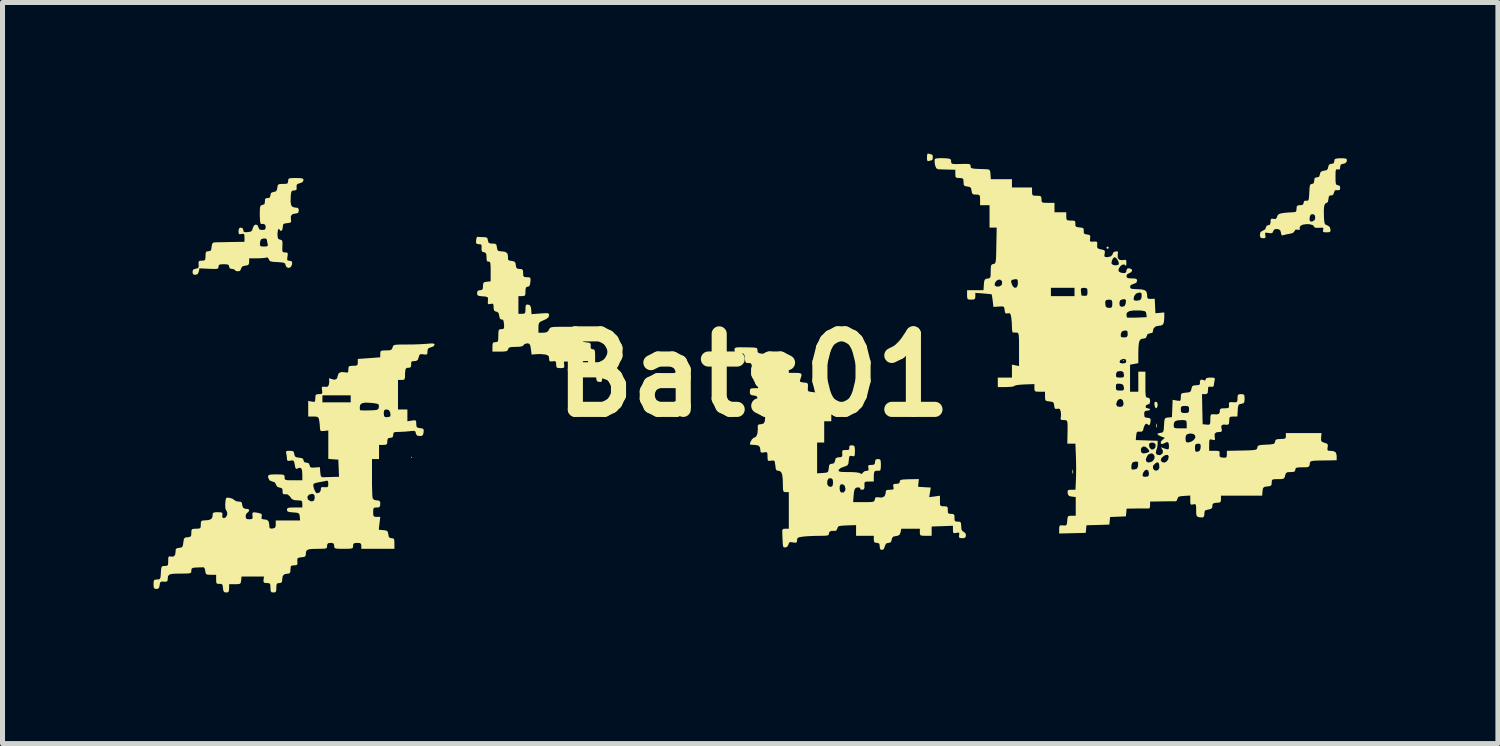
<source format=kicad_pcb>
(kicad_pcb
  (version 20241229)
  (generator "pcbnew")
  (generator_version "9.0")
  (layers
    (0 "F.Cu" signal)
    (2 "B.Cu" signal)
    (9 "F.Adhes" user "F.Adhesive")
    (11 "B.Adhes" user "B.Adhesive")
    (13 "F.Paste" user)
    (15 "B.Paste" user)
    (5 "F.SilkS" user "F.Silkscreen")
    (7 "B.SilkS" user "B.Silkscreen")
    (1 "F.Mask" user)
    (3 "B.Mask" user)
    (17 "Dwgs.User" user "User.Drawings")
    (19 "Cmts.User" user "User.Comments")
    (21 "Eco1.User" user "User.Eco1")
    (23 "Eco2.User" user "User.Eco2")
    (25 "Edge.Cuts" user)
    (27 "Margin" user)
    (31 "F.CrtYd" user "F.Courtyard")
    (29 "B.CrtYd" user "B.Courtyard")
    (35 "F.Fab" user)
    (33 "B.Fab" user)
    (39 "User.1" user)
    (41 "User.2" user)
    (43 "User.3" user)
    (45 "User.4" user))
  (footprint "Bats01"
    (layer "F.Cu")
    (at 11.914 4.403)
    (property "Reference" "Bats01" (at 0 0 0) (layer "F.SilkS") (effects (font (size 1.5 1.5) (thickness 0.3))))
    (attr board_only exclude_from_pos_files exclude_from_bom)
    (fp_poly (pts (xy -6.778 1.63) (xy -6.79 1.642) (xy -6.801 1.63) (xy -6.79 1.618)) (stroke (width 0) (type solid)) (fill yes) (layer "F.SilkS"))
    (fp_poly (pts (xy 7.364 -0.293) (xy 7.353 -0.281) (xy 7.341 -0.293) (xy 7.353 -0.305)) (stroke (width 0) (type solid)) (fill yes) (layer "F.SilkS"))
    (fp_poly (pts (xy 6.348 1.879) (xy 6.349 1.883) (xy 6.352 1.934) (xy 6.348 1.953) (xy 6.34 1.954) (xy 6.337 1.917) (xy 6.337 1.911) (xy 6.34 1.875)) (stroke (width 0) (type solid)) (fill yes) (layer "F.SilkS"))
    (fp_poly (pts (xy 7.059 -2.539) (xy 7.059 -2.533) (xy 7.042 -2.51) (xy 7.036 -2.51) (xy 7.013 -2.527) (xy 7.013 -2.533) (xy 7.03 -2.556) (xy 7.036 -2.556)) (stroke (width 0) (type solid)) (fill yes) (layer "F.SilkS"))
    (fp_poly (pts (xy 8.013 0.964) (xy 8.014 0.968) (xy 8.017 1.019) (xy 8.013 1.038) (xy 8.005 1.039) (xy 8.002 1.002) (xy 8.002 0.997) (xy 8.006 0.96)) (stroke (width 0) (type solid)) (fill yes) (layer "F.SilkS"))
    (fp_poly (pts (xy 8.015 0.536) (xy 8.03 0.566) (xy 8.028 0.611) (xy 8.013 0.648) (xy 7.998 0.657) (xy 7.98 0.637) (xy 7.968 0.598) (xy 7.967 0.542) (xy 7.989 0.525)) (stroke (width 0) (type solid)) (fill yes) (layer "F.SilkS"))
    (fp_poly (pts (xy 3.485 -4.4) (xy 3.529 -4.387) (xy 3.543 -4.386) (xy 3.56 -4.366) (xy 3.565 -4.327) (xy 3.558 -4.283) (xy 3.543 -4.269) (xy 3.504 -4.261) (xy 3.485 -4.254) (xy 3.46 -4.254) (xy 3.449 -4.285) (xy 3.448 -4.327) (xy 3.452 -4.384) (xy 3.466 -4.403)) (stroke (width 0) (type solid)) (fill yes) (layer "F.SilkS"))
    (fp_poly (pts (xy 11.725 -4.309) (xy 11.773 -4.301) (xy 11.784 -4.294) (xy 11.789 -4.25) (xy 11.76 -4.213) (xy 11.712 -4.198) (xy 11.67 -4.188) (xy 11.657 -4.15) (xy 11.656 -4.137) (xy 11.65 -4.093) (xy 11.623 -4.085) (xy 11.609 -4.088) (xy 11.585 -4.091) (xy 11.571 -4.077) (xy 11.564 -4.037) (xy 11.563 -3.961) (xy 11.563 -3.938) (xy 11.564 -3.852) (xy 11.57 -3.804) (xy 11.583 -3.782) (xy 11.607 -3.776) (xy 11.609 -3.776) (xy 11.647 -3.761) (xy 11.656 -3.721) (xy 11.648 -3.681) (xy 11.616 -3.674) (xy 11.6 -3.676) (xy 11.555 -3.675) (xy 11.537 -3.642) (xy 11.535 -3.632) (xy 11.518 -3.588) (xy 11.498 -3.574) (xy 11.452 -3.569) (xy 11.445 -3.568) (xy 11.429 -3.545) (xy 11.422 -3.495) (xy 11.422 -3.495) (xy 11.411 -3.439) (xy 11.387 -3.424) (xy 11.357 -3.408) (xy 11.338 -3.359) (xy 11.331 -3.27) (xy 11.333 -3.155) (xy 11.338 -3.069) (xy 11.346 -3.018) (xy 11.362 -2.993) (xy 11.39 -2.981) (xy 11.396 -2.979) (xy 11.445 -2.949) (xy 11.462 -2.902) (xy 11.463 -2.859) (xy 11.443 -2.842) (xy 11.39 -2.838) (xy 11.386 -2.838) (xy 11.331 -2.841) (xy 11.312 -2.856) (xy 11.317 -2.887) (xy 11.323 -2.918) (xy 11.306 -2.931) (xy 11.257 -2.93) (xy 11.237 -2.928) (xy 11.168 -2.928) (xy 11.141 -2.943) (xy 11.14 -2.946) (xy 11.119 -2.979) (xy 11.057 -2.998) (xy 10.996 -3.002) (xy 10.917 -2.992) (xy 10.865 -2.965) (xy 10.849 -2.927) (xy 10.852 -2.916) (xy 10.855 -2.889) (xy 10.825 -2.888) (xy 10.813 -2.891) (xy 10.768 -2.892) (xy 10.749 -2.862) (xy 10.717 -2.826) (xy 10.652 -2.809) (xy 10.583 -2.797) (xy 10.53 -2.783) (xy 10.526 -2.781) (xy 10.497 -2.778) (xy 10.482 -2.811) (xy 10.48 -2.83) (xy 10.464 -2.881) (xy 10.422 -2.902) (xy 10.406 -2.904) (xy 10.354 -2.901) (xy 10.329 -2.87) (xy 10.326 -2.861) (xy 10.31 -2.828) (xy 10.277 -2.819) (xy 10.233 -2.825) (xy 10.181 -2.833) (xy 10.163 -2.822) (xy 10.168 -2.786) (xy 10.169 -2.78) (xy 10.174 -2.737) (xy 10.15 -2.722) (xy 10.123 -2.721) (xy 10.079 -2.728) (xy 10.063 -2.76) (xy 10.061 -2.788) (xy 10.072 -2.842) (xy 10.11 -2.868) (xy 10.12 -2.871) (xy 10.169 -2.9) (xy 10.179 -2.932) (xy 10.196 -2.971) (xy 10.226 -2.979) (xy 10.26 -2.99) (xy 10.272 -3.03) (xy 10.273 -3.049) (xy 10.277 -3.098) (xy 10.298 -3.111) (xy 10.33 -3.106) (xy 10.376 -3.103) (xy 10.384 -3.115) (xy 11.047 -3.115) (xy 11.052 -3.066) (xy 11.076 -3.052) (xy 11.099 -3.053) (xy 11.146 -3.079) (xy 11.16 -3.117) (xy 11.155 -3.167) (xy 11.139 -3.191) (xy 11.091 -3.201) (xy 11.058 -3.171) (xy 11.047 -3.115) (xy 10.384 -3.115) (xy 10.398 -3.134) (xy 10.402 -3.149) (xy 10.42 -3.187) (xy 10.458 -3.209) (xy 10.524 -3.222) (xy 10.61 -3.231) (xy 10.692 -3.236) (xy 10.71 -3.237) (xy 10.763 -3.241) (xy 10.785 -3.263) (xy 10.789 -3.307) (xy 10.794 -3.357) (xy 10.822 -3.375) (xy 10.859 -3.377) (xy 10.91 -3.384) (xy 10.928 -3.412) (xy 10.929 -3.426) (xy 10.941 -3.462) (xy 10.982 -3.467) (xy 10.982 -3.467) (xy 11.009 -3.466) (xy 11.026 -3.479) (xy 11.035 -3.517) (xy 11.04 -3.587) (xy 11.042 -3.629) (xy 11.047 -3.718) (xy 11.055 -3.769) (xy 11.069 -3.793) (xy 11.092 -3.799) (xy 11.094 -3.799) (xy 11.129 -3.812) (xy 11.14 -3.856) (xy 11.14 -3.866) (xy 11.148 -3.914) (xy 11.177 -3.93) (xy 11.193 -3.93) (xy 11.235 -3.941) (xy 11.252 -3.984) (xy 11.253 -3.992) (xy 11.267 -4.037) (xy 11.305 -4.058) (xy 11.335 -4.062) (xy 11.389 -4.074) (xy 11.413 -4.107) (xy 11.417 -4.134) (xy 11.433 -4.182) (xy 11.471 -4.198) (xy 11.482 -4.198) (xy 11.526 -4.209) (xy 11.539 -4.249) (xy 11.539 -4.252) (xy 11.544 -4.284) (xy 11.568 -4.301) (xy 11.621 -4.308) (xy 11.655 -4.31)) (stroke (width 0) (type solid)) (fill yes) (layer "F.SilkS"))
    (fp_poly (pts (xy -9.005 -3.915) (xy -8.959 -3.908) (xy -8.939 -3.893) (xy -8.936 -3.873) (xy -8.955 -3.835) (xy -9.008 -3.814) (xy -9.058 -3.798) (xy -9.074 -3.768) (xy -9.072 -3.735) (xy -9.073 -3.688) (xy -9.099 -3.672) (xy -9.123 -3.67) (xy -9.159 -3.665) (xy -9.177 -3.644) (xy -9.186 -3.594) (xy -9.189 -3.554) (xy -9.192 -3.448) (xy -9.181 -3.379) (xy -9.154 -3.343) (xy -9.108 -3.331) (xy -9.099 -3.33) (xy -9.049 -3.324) (xy -9.031 -3.297) (xy -9.03 -3.272) (xy -9.04 -3.226) (xy -9.078 -3.213) (xy -9.082 -3.213) (xy -9.154 -3.2) (xy -9.187 -3.161) (xy -9.186 -3.1) (xy -9.18 -3.053) (xy -9.196 -3.031) (xy -9.244 -3.022) (xy -9.259 -3.021) (xy -9.317 -3.012) (xy -9.341 -2.991) (xy -9.347 -2.945) (xy -9.347 -2.945) (xy -9.356 -2.893) (xy -9.376 -2.867) (xy -9.402 -2.873) (xy -9.405 -2.883) (xy -9.422 -2.907) (xy -9.428 -2.908) (xy -9.442 -2.887) (xy -9.451 -2.834) (xy -9.452 -2.804) (xy -9.448 -2.738) (xy -9.434 -2.706) (xy -9.403 -2.693) (xy -9.4 -2.693) (xy -9.37 -2.684) (xy -9.356 -2.66) (xy -9.353 -2.609) (xy -9.355 -2.562) (xy -9.357 -2.491) (xy -9.351 -2.454) (xy -9.331 -2.441) (xy -9.3 -2.439) (xy -9.26 -2.435) (xy -9.247 -2.414) (xy -9.253 -2.362) (xy -9.254 -2.357) (xy -9.261 -2.302) (xy -9.25 -2.279) (xy -9.224 -2.275) (xy -9.175 -2.267) (xy -9.16 -2.236) (xy -9.165 -2.192) (xy -9.19 -2.147) (xy -9.231 -2.131) (xy -9.271 -2.145) (xy -9.292 -2.187) (xy -9.3 -2.216) (xy -9.323 -2.232) (xy -9.37 -2.241) (xy -9.453 -2.247) (xy -9.455 -2.247) (xy -9.54 -2.252) (xy -9.59 -2.262) (xy -9.614 -2.28) (xy -9.624 -2.302) (xy -9.646 -2.338) (xy -9.675 -2.337) (xy -9.718 -2.329) (xy -9.791 -2.324) (xy -9.864 -2.322) (xy -10.015 -2.322) (xy -10.015 -2.253) (xy -10.021 -2.205) (xy -10.049 -2.183) (xy -10.091 -2.177) (xy -10.148 -2.163) (xy -10.172 -2.129) (xy -10.175 -2.117) (xy -10.195 -2.074) (xy -10.239 -2.064) (xy -10.282 -2.072) (xy -10.296 -2.087) (xy -10.316 -2.105) (xy -10.355 -2.111) (xy -10.401 -2.122) (xy -10.413 -2.158) (xy -10.42 -2.187) (xy -10.449 -2.201) (xy -10.511 -2.205) (xy -10.519 -2.205) (xy -10.585 -2.202) (xy -10.616 -2.189) (xy -10.624 -2.161) (xy -10.624 -2.155) (xy -10.627 -2.131) (xy -10.642 -2.117) (xy -10.679 -2.111) (xy -10.747 -2.112) (xy -10.814 -2.114) (xy -11.003 -2.123) (xy -11.016 -2.058) (xy -11.037 -2.009) (xy -11.08 -1.994) (xy -11.085 -1.994) (xy -11.128 -2.004) (xy -11.14 -2.045) (xy -11.14 -2.051) (xy -11.13 -2.095) (xy -11.089 -2.113) (xy -11.076 -2.115) (xy -11.032 -2.126) (xy -11.017 -2.154) (xy -11.019 -2.199) (xy -11.02 -2.251) (xy -11.001 -2.272) (xy -10.954 -2.275) (xy -10.908 -2.279) (xy -10.888 -2.298) (xy -10.882 -2.347) (xy -10.882 -2.369) (xy -10.879 -2.429) (xy -10.864 -2.456) (xy -10.829 -2.463) (xy -10.825 -2.463) (xy -10.786 -2.469) (xy -10.768 -2.499) (xy -10.761 -2.55) (xy -10.755 -2.582) (xy -9.801 -2.582) (xy -9.784 -2.561) (xy -9.735 -2.556) (xy -9.72 -2.556) (xy -9.664 -2.559) (xy -9.644 -2.574) (xy -9.648 -2.608) (xy -9.648 -2.609) (xy -9.66 -2.665) (xy -9.662 -2.693) (xy -9.683 -2.715) (xy -9.727 -2.716) (xy -9.774 -2.703) (xy -9.794 -2.666) (xy -9.799 -2.633) (xy -9.801 -2.582) (xy -10.755 -2.582) (xy -10.751 -2.608) (xy -10.729 -2.634) (xy -10.695 -2.639) (xy -10.648 -2.641) (xy -10.566 -2.642) (xy -10.463 -2.644) (xy -10.372 -2.646) (xy -10.108 -2.65) (xy -10.108 -2.735) (xy -10.111 -2.79) (xy -10.126 -2.81) (xy -10.163 -2.806) (xy -10.167 -2.805) (xy -10.208 -2.8) (xy -10.224 -2.821) (xy -10.226 -2.861) (xy -10.218 -2.913) (xy -10.191 -2.931) (xy -10.179 -2.932) (xy -10.14 -2.915) (xy -10.132 -2.883) (xy -10.125 -2.852) (xy -10.096 -2.841) (xy -10.044 -2.842) (xy -9.985 -2.852) (xy -9.956 -2.877) (xy -9.944 -2.92) (xy -9.921 -2.972) (xy -9.886 -2.993) (xy -9.851 -2.981) (xy -9.831 -2.938) (xy -9.814 -2.898) (xy -9.769 -2.885) (xy -9.755 -2.885) (xy -9.705 -2.891) (xy -9.688 -2.92) (xy -9.686 -2.943) (xy -9.697 -2.99) (xy -9.735 -3.006) (xy -9.774 -3.004) (xy -9.79 -3.017) (xy -9.799 -3.063) (xy -9.803 -3.15) (xy -9.804 -3.187) (xy -9.803 -3.28) (xy -9.798 -3.337) (xy -9.787 -3.366) (xy -9.768 -3.378) (xy -9.751 -3.382) (xy -9.712 -3.398) (xy -9.702 -3.441) (xy -9.702 -3.454) (xy -9.699 -3.501) (xy -9.67 -3.517) (xy -9.65 -3.518) (xy -9.606 -3.528) (xy -9.593 -3.568) (xy -9.592 -3.575) (xy -9.582 -3.619) (xy -9.541 -3.638) (xy -9.528 -3.64) (xy -9.482 -3.653) (xy -9.461 -3.69) (xy -9.456 -3.723) (xy -9.448 -3.77) (xy -9.429 -3.793) (xy -9.382 -3.799) (xy -9.345 -3.799) (xy -9.28 -3.802) (xy -9.25 -3.814) (xy -9.241 -3.843) (xy -9.241 -3.858) (xy -9.238 -3.89) (xy -9.223 -3.907) (xy -9.185 -3.915) (xy -9.113 -3.917) (xy -9.088 -3.917)) (stroke (width 0) (type solid)) (fill yes) (layer "F.SilkS"))
    (fp_poly (pts (xy -5.482 -2.75) (xy -5.449 -2.746) (xy -5.389 -2.744) (xy -5.372 -2.744) (xy -5.312 -2.74) (xy -5.284 -2.723) (xy -5.273 -2.683) (xy -5.273 -2.68) (xy -5.262 -2.636) (xy -5.232 -2.618) (xy -5.183 -2.615) (xy -5.127 -2.611) (xy -5.103 -2.589) (xy -5.094 -2.539) (xy -5.083 -2.486) (xy -5.056 -2.465) (xy -5.012 -2.462) (xy -4.929 -2.451) (xy -4.884 -2.417) (xy -4.873 -2.356) (xy -4.874 -2.348) (xy -4.874 -2.3) (xy -4.852 -2.279) (xy -4.804 -2.271) (xy -4.749 -2.26) (xy -4.726 -2.23) (xy -4.719 -2.187) (xy -4.708 -2.134) (xy -4.681 -2.114) (xy -4.642 -2.111) (xy -4.596 -2.106) (xy -4.577 -2.082) (xy -4.573 -2.029) (xy -4.57 -1.974) (xy -4.549 -1.951) (xy -4.499 -1.947) (xy -4.497 -1.947) (xy -4.448 -1.944) (xy -4.427 -1.927) (xy -4.426 -1.882) (xy -4.429 -1.853) (xy -4.44 -1.79) (xy -4.461 -1.763) (xy -4.482 -1.759) (xy -4.511 -1.75) (xy -4.524 -1.716) (xy -4.527 -1.665) (xy -4.529 -1.605) (xy -4.544 -1.578) (xy -4.582 -1.572) (xy -4.597 -1.571) (xy -4.667 -1.571) (xy -4.667 -1.395) (xy -4.667 -1.22) (xy -4.597 -1.22) (xy -4.552 -1.223) (xy -4.532 -1.243) (xy -4.527 -1.292) (xy -4.527 -1.315) (xy -4.524 -1.376) (xy -4.51 -1.401) (xy -4.479 -1.404) (xy -4.474 -1.403) (xy -4.437 -1.389) (xy -4.419 -1.35) (xy -4.413 -1.304) (xy -4.406 -1.213) (xy -4.232 -1.226) (xy -4.143 -1.232) (xy -4.091 -1.232) (xy -4.066 -1.223) (xy -4.058 -1.204) (xy -4.058 -1.188) (xy -4.07 -1.15) (xy -4.115 -1.116) (xy -4.163 -1.094) (xy -4.226 -1.066) (xy -4.257 -1.038) (xy -4.268 -0.995) (xy -4.269 -0.948) (xy -4.269 -0.844) (xy -4.178 -0.844) (xy -4.114 -0.851) (xy -4.077 -0.876) (xy -4.062 -0.903) (xy -4.047 -0.93) (xy -4.027 -0.947) (xy -3.992 -0.956) (xy -3.932 -0.96) (xy -3.837 -0.962) (xy -3.8 -0.962) (xy -3.565 -0.962) (xy -3.565 -0.891) (xy -3.56 -0.844) (xy -3.537 -0.825) (xy -3.483 -0.821) (xy -3.428 -0.817) (xy -3.405 -0.797) (xy -3.401 -0.746) (xy -3.401 -0.74) (xy -3.397 -0.687) (xy -3.376 -0.663) (xy -3.325 -0.653) (xy -3.313 -0.652) (xy -3.255 -0.644) (xy -3.232 -0.625) (xy -3.231 -0.584) (xy -3.232 -0.58) (xy -3.229 -0.533) (xy -3.203 -0.517) (xy -3.191 -0.516) (xy -3.167 -0.512) (xy -3.152 -0.495) (xy -3.145 -0.453) (xy -3.143 -0.379) (xy -3.143 -0.331) (xy -3.143 -0.147) (xy -3.072 -0.133) (xy -3.032 -0.122) (xy -3.011 -0.101) (xy -3.003 -0.058) (xy -3.002 0.01) (xy -3.004 0.083) (xy -3.012 0.121) (xy -3.031 0.134) (xy -3.051 0.134) (xy -3.094 0.125) (xy -3.108 0.117) (xy -3.116 0.087) (xy -3.126 0.027) (xy -3.133 -0.019) (xy -3.144 -0.09) (xy -3.159 -0.126) (xy -3.185 -0.139) (xy -3.216 -0.141) (xy -3.264 -0.147) (xy -3.281 -0.175) (xy -3.283 -0.212) (xy -3.283 -0.283) (xy -3.524 -0.276) (xy -3.764 -0.27) (xy -3.757 -0.205) (xy -3.756 -0.162) (xy -3.776 -0.144) (xy -3.83 -0.141) (xy -3.833 -0.141) (xy -3.889 -0.144) (xy -3.912 -0.164) (xy -3.917 -0.211) (xy -3.917 -0.214) (xy -3.921 -0.264) (xy -3.943 -0.28) (xy -3.987 -0.276) (xy -4.036 -0.274) (xy -4.055 -0.294) (xy -4.057 -0.331) (xy -4.064 -0.377) (xy -4.095 -0.401) (xy -4.139 -0.412) (xy -4.22 -0.42) (xy -4.307 -0.419) (xy -4.313 -0.418) (xy -4.405 -0.41) (xy -4.419 -0.521) (xy -4.431 -0.589) (xy -4.448 -0.622) (xy -4.478 -0.633) (xy -4.493 -0.633) (xy -4.542 -0.621) (xy -4.565 -0.598) (xy -4.588 -0.577) (xy -4.643 -0.566) (xy -4.719 -0.563) (xy -4.799 -0.561) (xy -4.844 -0.552) (xy -4.865 -0.533) (xy -4.872 -0.516) (xy -4.884 -0.49) (xy -4.913 -0.476) (xy -4.969 -0.47) (xy -5.033 -0.469) (xy -5.183 -0.469) (xy -5.183 -0.563) (xy -5.18 -0.623) (xy -5.165 -0.65) (xy -5.13 -0.657) (xy -5.125 -0.657) (xy -5.091 -0.66) (xy -5.073 -0.678) (xy -5.067 -0.721) (xy -5.066 -0.786) (xy -5.064 -0.86) (xy -5.056 -0.898) (xy -5.037 -0.913) (xy -5.006 -0.915) (xy -4.969 -0.919) (xy -4.953 -0.939) (xy -4.951 -0.988) (xy -4.953 -1.014) (xy -4.962 -1.078) (xy -4.979 -1.106) (xy -5 -1.107) (xy -5.03 -1.116) (xy -5.045 -1.161) (xy -5.047 -1.178) (xy -5.061 -1.235) (xy -5.093 -1.26) (xy -5.107 -1.262) (xy -5.144 -1.277) (xy -5.158 -1.315) (xy -5.16 -1.351) (xy -5.163 -1.404) (xy -5.179 -1.422) (xy -5.22 -1.416) (xy -5.22 -1.416) (xy -5.261 -1.41) (xy -5.275 -1.427) (xy -5.273 -1.478) (xy -5.273 -1.48) (xy -5.27 -1.528) (xy -5.283 -1.552) (xy -5.321 -1.563) (xy -5.377 -1.567) (xy -5.444 -1.574) (xy -5.477 -1.587) (xy -5.488 -1.615) (xy -5.488 -1.631) (xy -5.478 -1.675) (xy -5.439 -1.688) (xy -5.429 -1.689) (xy -5.39 -1.695) (xy -5.373 -1.723) (xy -5.371 -1.769) (xy -5.366 -1.824) (xy -5.343 -1.849) (xy -5.295 -1.857) (xy -5.218 -1.865) (xy -5.218 -2.064) (xy -5.219 -2.161) (xy -5.224 -2.22) (xy -5.233 -2.249) (xy -5.249 -2.257) (xy -5.259 -2.256) (xy -5.286 -2.261) (xy -5.298 -2.292) (xy -5.3 -2.343) (xy -5.305 -2.405) (xy -5.322 -2.434) (xy -5.353 -2.443) (xy -5.389 -2.456) (xy -5.4 -2.491) (xy -5.399 -2.527) (xy -5.398 -2.579) (xy -5.416 -2.6) (xy -5.453 -2.603) (xy -5.495 -2.609) (xy -5.509 -2.634) (xy -5.507 -2.68) (xy -5.498 -2.73) (xy -5.484 -2.75)) (stroke (width 0) (type solid)) (fill yes) (layer "F.SilkS"))
    (fp_poly (pts (xy -0.182 -0.554) (xy -0.147 -0.554) (xy -0.042 -0.552) (xy 0.024 -0.549) (xy 0.061 -0.541) (xy 0.077 -0.527) (xy 0.081 -0.504) (xy 0.082 -0.493) (xy 0.085 -0.461) (xy 0.102 -0.442) (xy 0.144 -0.431) (xy 0.22 -0.423) (xy 0.233 -0.422) (xy 0.385 -0.41) (xy 0.386 -0.328) (xy 0.387 -0.246) (xy 0.545 -0.239) (xy 0.704 -0.232) (xy 0.704 -0.14) (xy 0.704 -0.047) (xy 0.835 -0.047) (xy 0.911 -0.044) (xy 0.95 -0.031) (xy 0.957 0.004) (xy 0.937 0.069) (xy 0.925 0.102) (xy 0.926 0.127) (xy 0.961 0.14) (xy 1.001 0.145) (xy 1.059 0.152) (xy 1.083 0.171) (xy 1.085 0.216) (xy 1.083 0.239) (xy 1.081 0.295) (xy 1.096 0.321) (xy 1.142 0.331) (xy 1.164 0.333) (xy 1.223 0.341) (xy 1.248 0.362) (xy 1.254 0.406) (xy 1.254 0.409) (xy 1.261 0.459) (xy 1.289 0.477) (xy 1.325 0.48) (xy 1.377 0.488) (xy 1.398 0.519) (xy 1.403 0.545) (xy 1.416 0.592) (xy 1.452 0.609) (xy 1.479 0.61) (xy 1.548 0.61) (xy 1.548 0.762) (xy 1.548 0.915) (xy 1.478 0.915) (xy 1.407 0.915) (xy 1.407 1.126) (xy 1.407 1.337) (xy 1.337 1.337) (xy 1.266 1.337) (xy 1.266 1.643) (xy 1.266 1.949) (xy 1.378 1.942) (xy 1.445 1.936) (xy 1.479 1.922) (xy 1.492 1.889) (xy 1.497 1.847) (xy 1.506 1.788) (xy 1.527 1.763) (xy 1.56 1.759) (xy 1.603 1.748) (xy 1.621 1.705) (xy 1.623 1.695) (xy 1.636 1.649) (xy 1.672 1.632) (xy 1.7 1.631) (xy 1.749 1.625) (xy 1.766 1.601) (xy 1.765 1.556) (xy 1.765 1.506) (xy 1.786 1.487) (xy 1.835 1.486) (xy 1.887 1.484) (xy 1.905 1.465) (xy 1.905 1.439) (xy 1.908 1.402) (xy 1.942 1.392) (xy 1.957 1.392) (xy 1.993 1.398) (xy 2.011 1.42) (xy 2.017 1.47) (xy 2.017 1.507) (xy 2.015 1.574) (xy 2.006 1.605) (xy 1.984 1.61) (xy 1.96 1.605) (xy 1.924 1.6) (xy 1.906 1.616) (xy 1.898 1.664) (xy 1.895 1.692) (xy 1.887 1.756) (xy 1.867 1.79) (xy 1.822 1.811) (xy 1.794 1.819) (xy 1.73 1.845) (xy 1.695 1.877) (xy 1.693 1.884) (xy 1.695 1.903) (xy 1.715 1.915) (xy 1.761 1.921) (xy 1.842 1.923) (xy 1.893 1.923) (xy 2.004 1.926) (xy 2.085 1.935) (xy 2.127 1.949) (xy 2.129 1.951) (xy 2.155 1.963) (xy 2.171 1.939) (xy 2.204 1.908) (xy 2.243 1.9) (xy 2.283 1.893) (xy 2.289 1.864) (xy 2.285 1.841) (xy 2.279 1.8) (xy 2.3 1.785) (xy 2.343 1.782) (xy 2.394 1.777) (xy 2.414 1.752) (xy 2.416 1.724) (xy 2.425 1.679) (xy 2.464 1.665) (xy 2.474 1.665) (xy 2.509 1.669) (xy 2.526 1.688) (xy 2.532 1.735) (xy 2.533 1.784) (xy 2.53 1.855) (xy 2.52 1.89) (xy 2.498 1.899) (xy 2.492 1.898) (xy 2.433 1.897) (xy 2.403 1.916) (xy 2.393 1.965) (xy 2.392 2.005) (xy 2.392 2.111) (xy 2.297 2.111) (xy 2.236 2.114) (xy 2.209 2.128) (xy 2.205 2.16) (xy 2.206 2.164) (xy 2.207 2.232) (xy 2.195 2.265) (xy 2.163 2.275) (xy 2.156 2.275) (xy 2.124 2.266) (xy 2.123 2.252) (xy 2.114 2.234) (xy 2.077 2.228) (xy 2.039 2.235) (xy 2.015 2.26) (xy 1.999 2.313) (xy 1.99 2.403) (xy 1.988 2.427) (xy 1.982 2.521) (xy 2.193 2.521) (xy 2.293 2.521) (xy 2.356 2.517) (xy 2.39 2.509) (xy 2.406 2.492) (xy 2.412 2.466) (xy 2.412 2.466) (xy 2.427 2.426) (xy 2.463 2.423) (xy 2.47 2.424) (xy 2.55 2.431) (xy 2.605 2.405) (xy 2.627 2.35) (xy 2.627 2.343) (xy 2.631 2.298) (xy 2.655 2.279) (xy 2.71 2.275) (xy 2.711 2.275) (xy 2.767 2.272) (xy 2.786 2.257) (xy 2.782 2.22) (xy 2.781 2.216) (xy 2.776 2.175) (xy 2.798 2.16) (xy 2.837 2.158) (xy 2.89 2.15) (xy 2.908 2.122) (xy 2.908 2.114) (xy 2.913 2.092) (xy 2.934 2.078) (xy 2.98 2.071) (xy 3.06 2.067) (xy 3.097 2.066) (xy 3.287 2.063) (xy 3.279 2.14) (xy 3.272 2.216) (xy 3.398 2.224) (xy 3.524 2.231) (xy 3.508 2.327) (xy 3.493 2.422) (xy 3.599 2.408) (xy 3.706 2.393) (xy 3.706 2.498) (xy 3.707 2.563) (xy 3.719 2.593) (xy 3.751 2.603) (xy 3.785 2.603) (xy 3.839 2.607) (xy 3.86 2.628) (xy 3.862 2.678) (xy 3.864 2.73) (xy 3.886 2.751) (xy 3.928 2.754) (xy 3.977 2.76) (xy 3.994 2.785) (xy 3.995 2.832) (xy 3.997 2.884) (xy 4.019 2.905) (xy 4.06 2.908) (xy 4.104 2.912) (xy 4.123 2.933) (xy 4.128 2.985) (xy 4.128 3) (xy 4.134 3.066) (xy 4.156 3.099) (xy 4.175 3.108) (xy 4.214 3.142) (xy 4.222 3.18) (xy 4.214 3.22) (xy 4.182 3.235) (xy 4.149 3.237) (xy 4.099 3.232) (xy 4.083 3.211) (xy 4.087 3.177) (xy 4.091 3.136) (xy 4.071 3.125) (xy 4.031 3.132) (xy 3.985 3.138) (xy 3.967 3.121) (xy 3.964 3.068) (xy 3.964 3.068) (xy 3.964 2.99) (xy 3.753 2.998) (xy 3.541 3.005) (xy 3.541 3.098) (xy 3.541 3.19) (xy 3.424 3.19) (xy 3.355 3.188) (xy 3.32 3.179) (xy 3.308 3.154) (xy 3.307 3.119) (xy 3.307 3.049) (xy 3.122 3.049) (xy 2.938 3.049) (xy 2.924 3.118) (xy 2.905 3.167) (xy 2.866 3.189) (xy 2.833 3.194) (xy 2.778 3.206) (xy 2.754 3.236) (xy 2.748 3.266) (xy 2.733 3.314) (xy 2.695 3.33) (xy 2.683 3.33) (xy 2.639 3.341) (xy 2.616 3.382) (xy 2.612 3.401) (xy 2.588 3.456) (xy 2.553 3.471) (xy 2.521 3.459) (xy 2.51 3.414) (xy 2.51 3.401) (xy 2.503 3.35) (xy 2.476 3.332) (xy 2.451 3.33) (xy 2.409 3.323) (xy 2.394 3.291) (xy 2.392 3.26) (xy 2.392 3.19) (xy 2.216 3.19) (xy 2.04 3.19) (xy 2.04 3.083) (xy 2.04 2.977) (xy 1.859 2.983) (xy 1.767 2.988) (xy 1.712 2.995) (xy 1.683 3.008) (xy 1.672 3.03) (xy 1.669 3.043) (xy 1.648 3.084) (xy 1.623 3.092) (xy 1.548 3.092) (xy 1.51 3.111) (xy 1.501 3.143) (xy 1.497 3.166) (xy 1.48 3.18) (xy 1.439 3.187) (xy 1.365 3.19) (xy 1.308 3.19) (xy 1.197 3.192) (xy 1.086 3.197) (xy 0.997 3.204) (xy 0.991 3.205) (xy 0.919 3.216) (xy 0.882 3.23) (xy 0.869 3.256) (xy 0.868 3.278) (xy 0.863 3.316) (xy 0.841 3.327) (xy 0.787 3.321) (xy 0.733 3.314) (xy 0.708 3.327) (xy 0.699 3.359) (xy 0.673 3.407) (xy 0.639 3.42) (xy 0.607 3.42) (xy 0.591 3.4) (xy 0.584 3.35) (xy 0.582 3.314) (xy 0.578 3.228) (xy 0.575 3.147) (xy 0.574 3.125) (xy 0.575 3.073) (xy 0.596 3.052) (xy 0.637 3.049) (xy 0.704 3.049) (xy 0.704 2.685) (xy 0.704 2.322) (xy 0.645 2.322) (xy 0.612 2.319) (xy 0.595 2.302) (xy 0.588 2.261) (xy 0.588 2.256) (xy 1.713 2.256) (xy 1.723 2.305) (xy 1.741 2.328) (xy 1.794 2.329) (xy 1.824 2.291) (xy 1.829 2.252) (xy 1.814 2.196) (xy 1.778 2.166) (xy 1.734 2.17) (xy 1.733 2.171) (xy 1.716 2.203) (xy 1.713 2.256) (xy 0.588 2.256) (xy 0.586 2.184) (xy 0.586 2.165) (xy 1.467 2.165) (xy 1.495 2.208) (xy 1.543 2.218) (xy 1.573 2.197) (xy 1.583 2.141) (xy 1.583 2.132) (xy 1.577 2.075) (xy 1.552 2.05) (xy 1.533 2.045) (xy 1.492 2.053) (xy 1.469 2.097) (xy 1.468 2.1) (xy 1.467 2.165) (xy 0.586 2.165) (xy 0.583 2.059) (xy 0.572 1.974) (xy 0.551 1.923) (xy 0.519 1.902) (xy 0.501 1.9) (xy 0.456 1.887) (xy 0.442 1.847) (xy 0.437 1.794) (xy 0.433 1.771) (xy 0.426 1.726) (xy 0.425 1.715) (xy 0.407 1.694) (xy 0.356 1.696) (xy 0.352 1.697) (xy 0.307 1.703) (xy 0.287 1.69) (xy 0.282 1.647) (xy 0.281 1.615) (xy 0.279 1.554) (xy 0.267 1.529) (xy 0.235 1.528) (xy 0.211 1.533) (xy 0.161 1.538) (xy 0.143 1.521) (xy 0.141 1.502) (xy 0.131 1.431) (xy 0.095 1.394) (xy 0.024 1.384) (xy 0.021 1.384) (xy -0.037 1.381) (xy -0.068 1.376) (xy -0.07 1.374) (xy -0.058 1.326) (xy -0.031 1.277) (xy 0.000431 1.246) (xy 0.01 1.243) (xy 0.052 1.222) (xy 0.08 1.164) (xy 0.088 1.079) (xy 0.088 1.064) (xy 0.087 1.005) (xy 0.1 0.98) (xy 0.137 0.974) (xy 0.147 0.974) (xy 0.199 0.962) (xy 0.227 0.919) (xy 0.234 0.841) (xy 0.23 0.795) (xy 0.219 0.739) (xy 0.19 0.714) (xy 0.159 0.708) (xy 0.124 0.701) (xy 0.105 0.682) (xy 0.095 0.641) (xy 0.089 0.565) (xy 0.089 0.556) (xy 0.084 0.476) (xy 0.075 0.432) (xy 0.056 0.412) (xy 0.021 0.405) (xy 0.006 0.403) (xy -0.047 0.392) (xy -0.068 0.365) (xy -0.07 0.327) (xy -0.066 0.281) (xy -0.042 0.262) (xy 0.012 0.258) (xy 0.094 0.258) (xy 0.094 0.119) (xy 0.091 0.017) (xy 0.081 -0.046) (xy 0.061 -0.075) (xy 0.029 -0.079) (xy 0.023 -0.077) (xy -0.006 -0.077) (xy -0.021 -0.106) (xy -0.028 -0.156) (xy -0.036 -0.215) (xy -0.055 -0.239) (xy -0.094 -0.242) (xy -0.098 -0.242) (xy -0.139 -0.244) (xy -0.159 -0.264) (xy -0.167 -0.316) (xy -0.169 -0.336) (xy -0.176 -0.397) (xy -0.194 -0.427) (xy -0.236 -0.438) (xy -0.276 -0.441) (xy -0.339 -0.449) (xy -0.368 -0.466) (xy -0.375 -0.5) (xy -0.375 -0.503) (xy -0.373 -0.527) (xy -0.362 -0.543) (xy -0.332 -0.552) (xy -0.275 -0.555)) (stroke (width 0) (type solid)) (fill yes) (layer "F.SilkS"))
    (fp_poly (pts (xy -6.352 -0.629) (xy -6.334 -0.616) (xy -6.332 -0.604) (xy -6.353 -0.574) (xy -6.403 -0.555) (xy -6.453 -0.537) (xy -6.472 -0.5) (xy -6.473 -0.471) (xy -6.477 -0.425) (xy -6.497 -0.409) (xy -6.549 -0.414) (xy -6.553 -0.415) (xy -6.607 -0.419) (xy -6.634 -0.402) (xy -6.648 -0.354) (xy -6.667 -0.303) (xy -6.702 -0.283) (xy -6.734 -0.281) (xy -6.782 -0.276) (xy -6.798 -0.251) (xy -6.797 -0.217) (xy -6.802 -0.165) (xy -6.825 -0.151) (xy -6.877 -0.146) (xy -6.889 -0.144) (xy -6.909 -0.119) (xy -6.918 -0.051) (xy -6.919 -0.023) (xy -6.92 0.046) (xy -6.93 0.081) (xy -6.954 0.092) (xy -6.989 0.094) (xy -7.059 0.094) (xy -7.059 0.387) (xy -7.059 0.68) (xy -6.966 0.68) (xy -6.872 0.68) (xy -6.872 0.798) (xy -6.872 0.915) (xy -6.784 0.901) (xy -6.726 0.894) (xy -6.701 0.905) (xy -6.696 0.944) (xy -6.696 0.965) (xy -6.691 1.019) (xy -6.667 1.043) (xy -6.619 1.051) (xy -6.566 1.06) (xy -6.548 1.084) (xy -6.55 1.133) (xy -6.562 1.185) (xy -6.591 1.205) (xy -6.627 1.208) (xy -6.679 1.199) (xy -6.701 1.167) (xy -6.704 1.152) (xy -6.713 1.119) (xy -6.735 1.105) (xy -6.784 1.107) (xy -6.818 1.111) (xy -6.913 1.12) (xy -7.015 1.125) (xy -7.039 1.126) (xy -7.108 1.128) (xy -7.141 1.138) (xy -7.152 1.163) (xy -7.153 1.184) (xy -7.163 1.229) (xy -7.201 1.243) (xy -7.212 1.243) (xy -7.254 1.251) (xy -7.269 1.283) (xy -7.271 1.313) (xy -7.275 1.361) (xy -7.298 1.38) (xy -7.353 1.384) (xy -7.435 1.384) (xy -7.435 1.524) (xy -7.435 1.665) (xy -7.505 1.665) (xy -7.575 1.665) (xy -7.575 2.039) (xy -7.575 2.168) (xy -7.572 2.284) (xy -7.569 2.375) (xy -7.564 2.433) (xy -7.561 2.449) (xy -7.528 2.478) (xy -7.479 2.486) (xy -7.431 2.492) (xy -7.413 2.52) (xy -7.411 2.556) (xy -7.417 2.606) (xy -7.444 2.625) (xy -7.482 2.627) (xy -7.527 2.63) (xy -7.547 2.651) (xy -7.552 2.7) (xy -7.552 2.721) (xy -7.549 2.781) (xy -7.534 2.807) (xy -7.497 2.814) (xy -7.481 2.814) (xy -7.411 2.814) (xy -7.426 2.942) (xy -7.441 3.069) (xy -7.35 3.077) (xy -7.29 3.085) (xy -7.263 3.107) (xy -7.252 3.153) (xy -7.251 3.16) (xy -7.24 3.214) (xy -7.212 3.234) (xy -7.187 3.237) (xy -7.152 3.241) (xy -7.135 3.263) (xy -7.13 3.316) (xy -7.13 3.342) (xy -7.13 3.448) (xy -7.458 3.448) (xy -7.787 3.448) (xy -7.787 3.389) (xy -7.793 3.349) (xy -7.82 3.333) (xy -7.869 3.33) (xy -7.924 3.335) (xy -7.947 3.354) (xy -7.951 3.389) (xy -7.953 3.418) (xy -7.965 3.436) (xy -7.997 3.444) (xy -8.059 3.447) (xy -8.138 3.448) (xy -8.231 3.447) (xy -8.287 3.443) (xy -8.315 3.433) (xy -8.325 3.414) (xy -8.326 3.389) (xy -8.334 3.347) (xy -8.366 3.332) (xy -8.396 3.33) (xy -8.447 3.337) (xy -8.465 3.364) (xy -8.467 3.389) (xy -8.469 3.419) (xy -8.482 3.436) (xy -8.517 3.445) (xy -8.582 3.447) (xy -8.641 3.448) (xy -8.752 3.45) (xy -8.824 3.457) (xy -8.866 3.474) (xy -8.885 3.503) (xy -8.889 3.543) (xy -8.894 3.587) (xy -8.919 3.608) (xy -8.977 3.616) (xy -8.977 3.616) (xy -9.034 3.624) (xy -9.057 3.643) (xy -9.059 3.687) (xy -9.057 3.7) (xy -9.056 3.752) (xy -9.076 3.773) (xy -9.122 3.776) (xy -9.17 3.78) (xy -9.19 3.803) (xy -9.194 3.858) (xy -9.199 3.915) (xy -9.22 3.938) (xy -9.239 3.94) (xy -9.311 3.951) (xy -9.348 3.987) (xy -9.358 4.048) (xy -9.363 4.103) (xy -9.384 4.124) (xy -9.417 4.128) (xy -9.454 4.133) (xy -9.471 4.157) (xy -9.475 4.213) (xy -9.475 4.222) (xy -9.478 4.282) (xy -9.493 4.309) (xy -9.529 4.315) (xy -9.534 4.315) (xy -9.572 4.31) (xy -9.588 4.286) (xy -9.592 4.23) (xy -9.592 4.222) (xy -9.595 4.161) (xy -9.61 4.135) (xy -9.648 4.128) (xy -9.664 4.128) (xy -9.714 4.123) (xy -9.731 4.1) (xy -9.729 4.063) (xy -9.721 3.999) (xy -9.944 3.999) (xy -10.167 3.999) (xy -10.174 4.075) (xy -10.181 4.12) (xy -10.199 4.143) (xy -10.241 4.15) (xy -10.298 4.151) (xy -10.413 4.151) (xy -10.413 4.233) (xy -10.418 4.289) (xy -10.437 4.312) (xy -10.471 4.315) (xy -10.509 4.309) (xy -10.528 4.279) (xy -10.535 4.227) (xy -10.543 4.17) (xy -10.563 4.146) (xy -10.605 4.144) (xy -10.607 4.144) (xy -10.648 4.143) (xy -10.667 4.123) (xy -10.671 4.072) (xy -10.671 4.056) (xy -10.671 3.964) (xy -10.775 3.964) (xy -10.84 3.961) (xy -10.871 3.948) (xy -10.884 3.915) (xy -10.887 3.887) (xy -10.9 3.835) (xy -10.922 3.813) (xy -10.923 3.814) (xy -10.964 3.816) (xy -11.03 3.818) (xy -11.058 3.819) (xy -11.123 3.824) (xy -11.154 3.838) (xy -11.163 3.867) (xy -11.164 3.882) (xy -11.165 3.909) (xy -11.176 3.926) (xy -11.204 3.935) (xy -11.26 3.939) (xy -11.35 3.94) (xy -11.384 3.94) (xy -11.495 3.942) (xy -11.566 3.949) (xy -11.608 3.966) (xy -11.627 3.996) (xy -11.633 4.045) (xy -11.633 4.061) (xy -11.641 4.092) (xy -11.675 4.102) (xy -11.709 4.1) (xy -11.762 4.099) (xy -11.785 4.12) (xy -11.793 4.169) (xy -11.804 4.222) (xy -11.832 4.243) (xy -11.857 4.245) (xy -11.894 4.24) (xy -11.91 4.215) (xy -11.914 4.157) (xy -11.914 4.151) (xy -11.911 4.091) (xy -11.896 4.064) (xy -11.859 4.058) (xy -11.845 4.057) (xy -11.806 4.055) (xy -11.785 4.04) (xy -11.774 4.002) (xy -11.769 3.929) (xy -11.769 3.923) (xy -11.764 3.848) (xy -11.754 3.808) (xy -11.733 3.792) (xy -11.695 3.789) (xy -11.692 3.788) (xy -11.647 3.785) (xy -11.628 3.766) (xy -11.623 3.719) (xy -11.623 3.688) (xy -11.622 3.625) (xy -11.61 3.6) (xy -11.585 3.6) (xy -11.522 3.604) (xy -11.486 3.57) (xy -11.477 3.511) (xy -11.474 3.458) (xy -11.45 3.436) (xy -11.405 3.429) (xy -11.358 3.42) (xy -11.335 3.397) (xy -11.325 3.345) (xy -11.323 3.323) (xy -11.311 3.252) (xy -11.286 3.223) (xy -11.281 3.223) (xy -11.212 3.216) (xy -11.177 3.203) (xy -11.165 3.174) (xy -11.164 3.131) (xy -11.161 3.078) (xy -11.143 3.055) (xy -11.098 3.049) (xy -11.07 3.049) (xy -11.01 3.046) (xy -10.983 3.031) (xy -10.976 2.991) (xy -10.976 2.967) (xy -10.972 2.912) (xy -10.952 2.889) (xy -10.912 2.884) (xy -10.82 2.877) (xy -10.766 2.854) (xy -10.743 2.811) (xy -10.742 2.788) (xy -10.738 2.746) (xy -10.719 2.727) (xy -10.672 2.721) (xy -10.639 2.721) (xy -10.576 2.723) (xy -10.549 2.734) (xy -10.545 2.761) (xy -10.548 2.779) (xy -10.549 2.823) (xy -10.523 2.837) (xy -10.513 2.838) (xy -10.475 2.818) (xy -10.452 2.773) (xy -10.451 2.721) (xy -10.47 2.686) (xy -10.488 2.644) (xy -10.491 2.564) (xy -10.489 2.543) (xy -10.482 2.473) (xy -10.471 2.44) (xy -10.446 2.431) (xy -10.405 2.435) (xy -10.348 2.452) (xy -10.313 2.477) (xy -10.312 2.477) (xy -10.277 2.501) (xy -10.225 2.51) (xy -10.175 2.516) (xy -10.157 2.544) (xy -10.155 2.567) (xy -10.138 2.628) (xy -10.09 2.655) (xy -10.056 2.654) (xy -10.023 2.663) (xy -10.016 2.693) (xy -10.037 2.723) (xy -10.05 2.729) (xy -10.077 2.76) (xy -10.085 2.802) (xy -10.078 2.844) (xy -10.047 2.86) (xy -10.012 2.861) (xy -9.962 2.857) (xy -9.946 2.835) (xy -9.949 2.791) (xy -9.952 2.746) (xy -9.938 2.725) (xy -9.896 2.724) (xy -9.828 2.736) (xy -9.777 2.751) (xy -9.762 2.776) (xy -9.767 2.806) (xy -9.77 2.848) (xy -9.744 2.861) (xy -9.736 2.861) (xy -9.663 2.872) (xy -9.626 2.908) (xy -9.616 2.971) (xy -9.612 3.025) (xy -9.594 3.045) (xy -9.551 3.045) (xy -9.506 3.033) (xy -9.489 3) (xy -9.487 2.961) (xy -9.487 2.885) (xy -9.245 2.885) (xy -9.003 2.885) (xy -9.01 2.809) (xy -9.017 2.764) (xy -9.035 2.741) (xy -9.076 2.73) (xy -9.141 2.725) (xy -9.214 2.718) (xy -9.251 2.706) (xy -9.264 2.682) (xy -9.264 2.672) (xy -9.259 2.648) (xy -9.237 2.634) (xy -9.187 2.628) (xy -9.112 2.627) (xy -8.959 2.627) (xy -8.959 2.556) (xy -8.963 2.51) (xy -8.985 2.49) (xy -9.038 2.486) (xy -9.047 2.486) (xy -9.122 2.48) (xy -9.169 2.457) (xy -9.204 2.411) (xy -8.857 2.411) (xy -8.852 2.46) (xy -8.843 2.473) (xy -8.795 2.502) (xy -8.762 2.505) (xy -8.725 2.487) (xy -8.713 2.44) (xy -8.713 2.427) (xy -8.72 2.377) (xy -8.747 2.359) (xy -8.769 2.357) (xy -8.827 2.373) (xy -8.857 2.411) (xy -9.204 2.411) (xy -9.206 2.409) (xy -9.209 2.404) (xy -9.253 2.367) (xy -9.295 2.364) (xy -9.338 2.362) (xy -9.351 2.335) (xy -9.351 2.305) (xy -9.355 2.256) (xy -9.386 2.236) (xy -9.409 2.233) (xy -9.462 2.212) (xy -9.469 2.198) (xy -8.741 2.198) (xy -8.728 2.252) (xy -8.705 2.306) (xy -8.68 2.341) (xy -8.67 2.345) (xy -8.626 2.333) (xy -8.615 2.327) (xy -8.594 2.292) (xy -8.591 2.263) (xy -8.587 2.231) (xy -8.557 2.222) (xy -8.519 2.224) (xy -8.467 2.225) (xy -8.447 2.205) (xy -8.443 2.157) (xy -8.449 2.105) (xy -8.47 2.093) (xy -8.475 2.095) (xy -8.517 2.105) (xy -8.585 2.118) (xy -8.616 2.123) (xy -8.684 2.137) (xy -8.729 2.154) (xy -8.738 2.161) (xy -8.741 2.198) (xy -9.469 2.198) (xy -9.48 2.174) (xy -9.506 2.128) (xy -9.546 2.114) (xy -9.609 2.09) (xy -9.637 2.036) (xy -9.639 2.011) (xy -9.633 1.989) (xy -9.608 1.977) (xy -9.554 1.971) (xy -9.475 1.97) (xy -9.389 1.971) (xy -9.34 1.976) (xy -9.318 1.989) (xy -9.311 2.013) (xy -9.311 2.029) (xy -9.309 2.059) (xy -9.296 2.076) (xy -9.262 2.084) (xy -9.197 2.087) (xy -9.135 2.087) (xy -8.959 2.087) (xy -8.959 1.971) (xy -8.965 1.887) (xy -8.984 1.844) (xy -9.021 1.839) (xy -9.05 1.851) (xy -9.079 1.861) (xy -9.095 1.844) (xy -9.108 1.79) (xy -9.109 1.779) (xy -9.122 1.719) (xy -9.14 1.694) (xy -9.175 1.693) (xy -9.194 1.697) (xy -9.244 1.702) (xy -9.262 1.685) (xy -9.264 1.659) (xy -9.271 1.591) (xy -9.279 1.554) (xy -9.283 1.519) (xy -9.263 1.504) (xy -9.21 1.501) (xy -9.153 1.506) (xy -9.127 1.527) (xy -9.119 1.566) (xy -9.108 1.609) (xy -9.077 1.63) (xy -9.024 1.637) (xy -8.964 1.648) (xy -8.939 1.671) (xy -8.936 1.69) (xy -8.921 1.726) (xy -8.879 1.736) (xy -8.831 1.749) (xy -8.814 1.788) (xy -8.804 1.821) (xy -8.776 1.835) (xy -8.717 1.834) (xy -8.709 1.833) (xy -8.61 1.826) (xy -8.603 1.927) (xy -8.594 1.993) (xy -8.576 2.022) (xy -8.555 2.027) (xy -8.51 2.025) (xy -8.436 2.023) (xy -8.372 2.021) (xy -8.23 2.017) (xy -8.237 1.847) (xy -8.244 1.677) (xy -8.344 1.67) (xy -8.443 1.662) (xy -8.443 1.38) (xy -8.443 1.097) (xy -8.525 1.107) (xy -8.58 1.11) (xy -8.603 1.095) (xy -8.608 1.057) (xy -8.612 0.992) (xy -8.621 0.915) (xy -8.622 0.909) (xy -8.634 0.854) (xy -8.655 0.829) (xy -8.7 0.821) (xy -8.739 0.821) (xy -8.842 0.821) (xy -8.842 0.757) (xy -7.341 0.757) (xy -7.336 0.811) (xy -7.314 0.831) (xy -7.284 0.834) (xy -7.235 0.827) (xy -7.213 0.818) (xy -7.207 0.786) (xy -7.213 0.742) (xy -7.239 0.693) (xy -7.285 0.68) (xy -7.324 0.687) (xy -7.339 0.718) (xy -7.341 0.757) (xy -8.842 0.757) (xy -8.842 0.665) (xy -8.842 0.646) (xy -7.819 0.646) (xy -7.813 0.693) (xy -7.79 0.698) (xy -7.732 0.7) (xy -7.649 0.699) (xy -7.628 0.699) (xy -7.537 0.695) (xy -7.482 0.688) (xy -7.454 0.675) (xy -7.443 0.653) (xy -7.439 0.629) (xy -7.438 0.596) (xy -7.45 0.576) (xy -7.485 0.564) (xy -7.553 0.554) (xy -7.59 0.55) (xy -7.701 0.544) (xy -7.773 0.556) (xy -7.811 0.589) (xy -7.819 0.646) (xy -8.842 0.646) (xy -8.842 0.51) (xy -8.772 0.524) (xy -8.724 0.53) (xy -8.705 0.514) (xy -8.702 0.469) (xy -8.56 0.469) (xy -8.56 0.539) (xy -8.279 0.539) (xy -7.998 0.539) (xy -7.998 0.469) (xy -7.998 0.399) (xy -8.279 0.399) (xy -8.56 0.399) (xy -8.56 0.469) (xy -8.702 0.469) (xy -8.701 0.464) (xy -8.701 0.457) (xy -8.697 0.402) (xy -8.677 0.38) (xy -8.628 0.375) (xy -8.579 0.372) (xy -8.562 0.351) (xy -8.567 0.3) (xy -8.567 0.298) (xy -8.573 0.245) (xy -8.559 0.227) (xy -8.516 0.229) (xy -8.512 0.23) (xy -8.462 0.23) (xy -8.437 0.202) (xy -8.43 0.178) (xy -8.423 0.12) (xy -8.428 0.083) (xy -8.43 0.061) (xy -8.405 0.066) (xy -8.385 0.074) (xy -8.318 0.09) (xy -8.272 0.068) (xy -8.256 0.014) (xy -8.237 -0.039) (xy -8.185 -0.064) (xy -8.105 -0.057) (xy -8.063 -0.051) (xy -8.047 -0.071) (xy -8.045 -0.115) (xy -8.041 -0.161) (xy -8.022 -0.182) (xy -7.973 -0.187) (xy -7.951 -0.188) (xy -7.89 -0.19) (xy -7.864 -0.206) (xy -7.857 -0.242) (xy -7.857 -0.255) (xy -7.857 -0.323) (xy -7.634 -0.339) (xy -7.411 -0.356) (xy -7.411 -0.424) (xy -7.408 -0.465) (xy -7.392 -0.485) (xy -7.349 -0.492) (xy -7.297 -0.493) (xy -7.227 -0.495) (xy -7.19 -0.507) (xy -7.172 -0.535) (xy -7.167 -0.551) (xy -7.159 -0.576) (xy -7.145 -0.593) (xy -7.116 -0.603) (xy -7.064 -0.608) (xy -6.981 -0.61) (xy -6.887 -0.61) (xy -6.761 -0.611) (xy -6.637 -0.615) (xy -6.53 -0.621) (xy -6.477 -0.625) (xy -6.396 -0.631)) (stroke (width 0) (type solid)) (fill yes) (layer "F.SilkS"))
    (fp_poly (pts (xy 3.778 -4.311) (xy 3.859 -4.306) (xy 3.904 -4.297) (xy 3.924 -4.28) (xy 3.928 -4.251) (xy 3.928 -4.247) (xy 3.93 -4.22) (xy 3.943 -4.203) (xy 3.975 -4.196) (xy 4.036 -4.194) (xy 4.122 -4.196) (xy 4.217 -4.198) (xy 4.274 -4.195) (xy 4.304 -4.187) (xy 4.314 -4.17) (xy 4.315 -4.153) (xy 4.317 -4.132) (xy 4.327 -4.117) (xy 4.352 -4.108) (xy 4.401 -4.101) (xy 4.48 -4.097) (xy 4.597 -4.093) (xy 4.62 -4.092) (xy 4.672 -4.088) (xy 4.697 -4.069) (xy 4.707 -4.022) (xy 4.71 -3.992) (xy 4.717 -3.893) (xy 4.927 -3.893) (xy 5.136 -3.893) (xy 5.136 -3.811) (xy 5.136 -3.729) (xy 5.336 -3.729) (xy 5.535 -3.729) (xy 5.535 -3.647) (xy 5.538 -3.594) (xy 5.555 -3.571) (xy 5.601 -3.565) (xy 5.629 -3.565) (xy 5.689 -3.562) (xy 5.716 -3.547) (xy 5.722 -3.51) (xy 5.723 -3.495) (xy 5.725 -3.454) (xy 5.739 -3.433) (xy 5.777 -3.425) (xy 5.85 -3.424) (xy 5.852 -3.424) (xy 5.981 -3.424) (xy 5.981 -3.33) (xy 5.981 -3.237) (xy 6.098 -3.237) (xy 6.215 -3.237) (xy 6.215 -3.154) (xy 6.218 -3.102) (xy 6.236 -3.078) (xy 6.282 -3.073) (xy 6.308 -3.072) (xy 6.367 -3.07) (xy 6.392 -3.055) (xy 6.396 -3.019) (xy 6.395 -3.008) (xy 6.397 -2.965) (xy 6.42 -2.945) (xy 6.476 -2.936) (xy 6.48 -2.936) (xy 6.537 -2.928) (xy 6.561 -2.909) (xy 6.562 -2.869) (xy 6.562 -2.866) (xy 6.564 -2.821) (xy 6.591 -2.801) (xy 6.627 -2.796) (xy 6.677 -2.786) (xy 6.692 -2.76) (xy 6.689 -2.718) (xy 6.685 -2.67) (xy 6.702 -2.652) (xy 6.752 -2.654) (xy 6.757 -2.654) (xy 6.811 -2.656) (xy 6.83 -2.64) (xy 6.83 -2.593) (xy 6.829 -2.589) (xy 6.829 -2.539) (xy 6.849 -2.515) (xy 6.903 -2.5) (xy 6.907 -2.499) (xy 6.962 -2.486) (xy 6.983 -2.464) (xy 6.979 -2.421) (xy 6.977 -2.414) (xy 6.971 -2.366) (xy 6.989 -2.348) (xy 7.033 -2.345) (xy 7.102 -2.361) (xy 7.138 -2.404) (xy 7.141 -2.427) (xy 7.162 -2.448) (xy 7.197 -2.459) (xy 7.234 -2.459) (xy 7.243 -2.437) (xy 7.237 -2.398) (xy 7.238 -2.329) (xy 7.274 -2.29) (xy 7.339 -2.286) (xy 7.35 -2.288) (xy 7.391 -2.294) (xy 7.408 -2.276) (xy 7.409 -2.225) (xy 7.405 -2.181) (xy 7.398 -2.172) (xy 7.396 -2.175) (xy 7.366 -2.202) (xy 7.321 -2.192) (xy 7.286 -2.162) (xy 7.251 -2.104) (xy 7.258 -2.06) (xy 7.308 -2.034) (xy 7.311 -2.034) (xy 7.375 -2.028) (xy 7.405 -2.048) (xy 7.411 -2.086) (xy 7.428 -2.119) (xy 7.464 -2.125) (xy 7.511 -2.108) (xy 7.523 -2.075) (xy 7.499 -2.043) (xy 7.471 -2.031) (xy 7.422 -2.002) (xy 7.411 -1.97) (xy 7.418 -1.941) (xy 7.447 -1.927) (xy 7.51 -1.923) (xy 7.517 -1.923) (xy 7.583 -1.92) (xy 7.614 -1.907) (xy 7.622 -1.88) (xy 7.622 -1.876) (xy 7.606 -1.836) (xy 7.552 -1.814) (xy 7.552 -1.814) (xy 7.496 -1.791) (xy 7.482 -1.756) (xy 7.489 -1.73) (xy 7.517 -1.716) (xy 7.578 -1.711) (xy 7.605 -1.71) (xy 7.708 -1.705) (xy 7.772 -1.69) (xy 7.807 -1.66) (xy 7.82 -1.61) (xy 7.82 -1.593) (xy 7.825 -1.539) (xy 7.846 -1.518) (xy 7.897 -1.516) (xy 7.972 -1.519) (xy 7.979 -1.375) (xy 7.986 -1.231) (xy 8.074 -1.239) (xy 8.162 -1.247) (xy 8.162 -1.153) (xy 8.156 -1.063) (xy 8.138 -1.01) (xy 8.101 -0.988) (xy 8.071 -0.985) (xy 7.991 -0.97) (xy 7.947 -0.927) (xy 7.939 -0.886) (xy 7.928 -0.845) (xy 7.886 -0.833) (xy 7.88 -0.833) (xy 7.832 -0.82) (xy 7.814 -0.78) (xy 7.796 -0.74) (xy 7.75 -0.727) (xy 7.741 -0.727) (xy 7.702 -0.72) (xy 7.675 -0.694) (xy 7.658 -0.642) (xy 7.649 -0.558) (xy 7.646 -0.436) (xy 7.646 -0.41) (xy 7.646 -0.24) (xy 7.564 -0.224) (xy 7.482 -0.209) (xy 7.482 0.06) (xy 7.482 0.328) (xy 7.564 0.328) (xy 7.646 0.328) (xy 7.646 0.129) (xy 7.646 -0.07) (xy 7.716 -0.07) (xy 7.787 -0.07) (xy 7.787 0.188) (xy 7.787 0.301) (xy 7.79 0.375) (xy 7.796 0.418) (xy 7.807 0.439) (xy 7.825 0.445) (xy 7.833 0.446) (xy 7.868 0.457) (xy 7.88 0.5) (xy 7.88 0.513) (xy 7.872 0.564) (xy 7.844 0.578) (xy 7.84 0.578) (xy 7.802 0.594) (xy 7.792 0.616) (xy 7.799 0.649) (xy 7.832 0.657) (xy 7.871 0.666) (xy 7.88 0.68) (xy 7.86 0.698) (xy 7.822 0.704) (xy 7.78 0.711) (xy 7.764 0.743) (xy 7.763 0.774) (xy 7.769 0.824) (xy 7.796 0.843) (xy 7.82 0.844) (xy 7.874 0.853) (xy 7.893 0.885) (xy 7.884 0.949) (xy 7.884 0.951) (xy 7.866 0.993) (xy 7.849 0.991) (xy 7.848 0.99) (xy 7.815 0.962) (xy 7.782 0.976) (xy 7.757 1.027) (xy 7.753 1.044) (xy 7.738 1.1) (xy 7.713 1.12) (xy 7.674 1.121) (xy 7.632 1.121) (xy 7.612 1.143) (xy 7.604 1.199) (xy 7.603 1.201) (xy 7.596 1.288) (xy 7.813 1.295) (xy 8.03 1.302) (xy 8.03 1.372) (xy 8.02 1.442) (xy 8.002 1.493) (xy 7.993 1.545) (xy 8.019 1.58) (xy 8.072 1.588) (xy 8.09 1.583) (xy 8.13 1.551) (xy 8.135 1.501) (xy 8.109 1.455) (xy 8.094 1.434) (xy 8.115 1.437) (xy 8.127 1.442) (xy 8.198 1.467) (xy 8.237 1.472) (xy 8.253 1.454) (xy 8.253 1.444) (xy 8.772 1.444) (xy 8.775 1.499) (xy 8.792 1.52) (xy 8.824 1.52) (xy 8.864 1.502) (xy 8.882 1.455) (xy 8.884 1.437) (xy 8.885 1.384) (xy 8.867 1.363) (xy 8.832 1.36) (xy 8.791 1.366) (xy 8.775 1.392) (xy 8.772 1.444) (xy 8.253 1.444) (xy 8.256 1.411) (xy 8.247 1.347) (xy 8.22 1.325) (xy 8.174 1.345) (xy 8.171 1.347) (xy 8.122 1.368) (xy 8.093 1.356) (xy 8.093 1.323) (xy 8.121 1.288) (xy 8.159 1.257) (xy 8.584 1.257) (xy 8.589 1.312) (xy 8.61 1.334) (xy 8.637 1.336) (xy 8.694 1.321) (xy 8.742 1.291) (xy 8.779 1.242) (xy 8.775 1.197) (xy 8.739 1.166) (xy 8.677 1.158) (xy 8.641 1.164) (xy 8.601 1.183) (xy 8.585 1.225) (xy 8.584 1.257) (xy 8.159 1.257) (xy 8.174 1.245) (xy 8.097 1.215) (xy 8.038 1.187) (xy 8.025 1.164) (xy 8.059 1.149) (xy 8.086 1.145) (xy 8.121 1.138) (xy 8.141 1.12) (xy 8.151 1.079) (xy 8.156 1.004) (xy 8.157 0.992) (xy 8.157 0.988) (xy 8.349 0.988) (xy 8.352 1.026) (xy 8.367 1.047) (xy 8.405 1.054) (xy 8.478 1.055) (xy 8.607 1.055) (xy 8.607 0.973) (xy 8.604 0.92) (xy 8.586 0.897) (xy 8.54 0.891) (xy 8.515 0.891) (xy 8.427 0.896) (xy 8.375 0.915) (xy 8.353 0.953) (xy 8.349 0.988) (xy 8.157 0.988) (xy 8.162 0.913) (xy 8.171 0.869) (xy 8.19 0.849) (xy 8.225 0.841) (xy 8.239 0.84) (xy 8.314 0.833) (xy 8.32 0.68) (xy 8.49 0.68) (xy 8.495 0.727) (xy 8.518 0.747) (xy 8.572 0.751) (xy 8.627 0.747) (xy 8.65 0.727) (xy 8.654 0.68) (xy 8.65 0.633) (xy 8.627 0.613) (xy 8.572 0.61) (xy 8.517 0.614) (xy 8.494 0.634) (xy 8.49 0.68) (xy 8.32 0.68) (xy 8.321 0.66) (xy 8.328 0.488) (xy 8.409 0.503) (xy 8.463 0.51) (xy 8.486 0.497) (xy 8.49 0.451) (xy 8.49 0.436) (xy 8.493 0.385) (xy 8.51 0.36) (xy 8.555 0.35) (xy 8.59 0.347) (xy 8.654 0.339) (xy 8.685 0.321) (xy 8.699 0.281) (xy 8.701 0.27) (xy 8.715 0.222) (xy 8.745 0.203) (xy 8.795 0.199) (xy 8.853 0.193) (xy 8.871 0.172) (xy 8.87 0.167) (xy 8.87 0.11) (xy 8.897 0.085) (xy 8.935 0.094) (xy 8.972 0.107) (xy 8.982 0.089) (xy 8.983 0.083) (xy 8.997 0.058) (xy 9.045 0.048) (xy 9.079 0.047) (xy 9.14 0.049) (xy 9.164 0.061) (xy 9.164 0.09) (xy 9.162 0.1) (xy 9.15 0.162) (xy 9.147 0.196) (xy 9.136 0.227) (xy 9.097 0.23) (xy 9.088 0.229) (xy 9.048 0.226) (xy 9.032 0.247) (xy 9.03 0.296) (xy 9.025 0.35) (xy 9.003 0.372) (xy 8.97 0.375) (xy 8.911 0.375) (xy 8.917 0.674) (xy 8.924 0.973) (xy 9 0.981) (xy 9.047 0.983) (xy 9.069 0.97) (xy 9.076 0.931) (xy 9.076 0.879) (xy 9.079 0.813) (xy 9.09 0.782) (xy 9.115 0.774) (xy 9.129 0.775) (xy 9.206 0.778) (xy 9.247 0.766) (xy 9.263 0.737) (xy 9.264 0.715) (xy 9.269 0.678) (xy 9.293 0.661) (xy 9.349 0.657) (xy 9.359 0.657) (xy 9.419 0.654) (xy 9.445 0.641) (xy 9.448 0.607) (xy 9.447 0.593) (xy 9.446 0.551) (xy 9.464 0.535) (xy 9.514 0.535) (xy 9.528 0.536) (xy 9.585 0.538) (xy 9.61 0.523) (xy 9.616 0.48) (xy 9.616 0.459) (xy 9.62 0.403) (xy 9.639 0.38) (xy 9.685 0.375) (xy 9.686 0.375) (xy 9.732 0.379) (xy 9.752 0.4) (xy 9.757 0.45) (xy 9.757 0.468) (xy 9.753 0.528) (xy 9.736 0.556) (xy 9.696 0.567) (xy 9.692 0.567) (xy 9.654 0.575) (xy 9.634 0.597) (xy 9.624 0.644) (xy 9.621 0.698) (xy 9.613 0.821) (xy 9.533 0.821) (xy 9.479 0.824) (xy 9.456 0.845) (xy 9.452 0.896) (xy 9.452 0.904) (xy 9.447 0.961) (xy 9.427 0.983) (xy 9.411 0.984) (xy 9.338 0.98) (xy 9.302 0.992) (xy 9.294 1.026) (xy 9.299 1.055) (xy 9.306 1.105) (xy 9.29 1.124) (xy 9.268 1.126) (xy 9.196 1.134) (xy 9.163 1.164) (xy 9.162 1.22) (xy 9.163 1.225) (xy 9.17 1.274) (xy 9.156 1.288) (xy 9.115 1.281) (xy 9.078 1.274) (xy 9.06 1.285) (xy 9.054 1.324) (xy 9.053 1.383) (xy 9.053 1.501) (xy 9.16 1.501) (xy 9.226 1.503) (xy 9.256 1.513) (xy 9.262 1.54) (xy 9.26 1.566) (xy 9.26 1.611) (xy 9.285 1.63) (xy 9.329 1.637) (xy 9.381 1.638) (xy 9.401 1.619) (xy 9.405 1.574) (xy 9.405 1.502) (xy 9.704 1.496) (xy 9.827 1.493) (xy 9.911 1.489) (xy 9.963 1.483) (xy 9.992 1.473) (xy 10.005 1.458) (xy 10.01 1.438) (xy 10.018 1.41) (xy 10.04 1.394) (xy 10.085 1.385) (xy 10.165 1.38) (xy 10.186 1.379) (xy 10.274 1.374) (xy 10.325 1.366) (xy 10.351 1.352) (xy 10.361 1.327) (xy 10.362 1.319) (xy 10.373 1.286) (xy 10.403 1.271) (xy 10.465 1.267) (xy 10.474 1.266) (xy 10.538 1.264) (xy 10.568 1.252) (xy 10.577 1.222) (xy 10.577 1.208) (xy 10.577 1.149) (xy 10.931 1.149) (xy 11.285 1.149) (xy 11.277 1.236) (xy 11.276 1.294) (xy 11.294 1.323) (xy 11.341 1.341) (xy 11.345 1.342) (xy 11.396 1.36) (xy 11.412 1.387) (xy 11.406 1.431) (xy 11.401 1.48) (xy 11.419 1.499) (xy 11.452 1.501) (xy 11.53 1.509) (xy 11.571 1.538) (xy 11.586 1.595) (xy 11.586 1.609) (xy 11.586 1.689) (xy 11.404 1.692) (xy 11.27 1.694) (xy 11.176 1.696) (xy 11.115 1.701) (xy 11.079 1.708) (xy 11.061 1.72) (xy 11.054 1.739) (xy 11.051 1.765) (xy 11.051 1.765) (xy 11.044 1.801) (xy 11.026 1.82) (xy 10.986 1.828) (xy 10.911 1.829) (xy 10.904 1.829) (xy 10.826 1.831) (xy 10.784 1.839) (xy 10.768 1.856) (xy 10.765 1.876) (xy 10.757 1.907) (xy 10.726 1.92) (xy 10.671 1.923) (xy 10.609 1.927) (xy 10.579 1.944) (xy 10.564 1.986) (xy 10.562 1.994) (xy 10.551 2.034) (xy 10.53 2.055) (xy 10.487 2.063) (xy 10.422 2.064) (xy 10.349 2.065) (xy 10.312 2.073) (xy 10.298 2.095) (xy 10.296 2.133) (xy 10.291 2.179) (xy 10.267 2.2) (xy 10.211 2.209) (xy 10.208 2.209) (xy 10.15 2.218) (xy 10.124 2.24) (xy 10.114 2.292) (xy 10.113 2.304) (xy 10.106 2.392) (xy 9.697 2.392) (xy 9.288 2.392) (xy 9.288 2.463) (xy 9.283 2.51) (xy 9.26 2.529) (xy 9.205 2.533) (xy 9.147 2.541) (xy 9.121 2.561) (xy 9.121 2.562) (xy 9.116 2.613) (xy 9.115 2.627) (xy 9.09 2.655) (xy 9.035 2.669) (xy 8.982 2.68) (xy 8.962 2.707) (xy 8.959 2.744) (xy 8.952 2.803) (xy 8.925 2.826) (xy 8.866 2.822) (xy 8.859 2.821) (xy 8.822 2.811) (xy 8.803 2.789) (xy 8.796 2.744) (xy 8.795 2.68) (xy 8.794 2.607) (xy 8.787 2.57) (xy 8.769 2.56) (xy 8.736 2.566) (xy 8.699 2.572) (xy 8.682 2.556) (xy 8.678 2.508) (xy 8.678 2.485) (xy 8.678 2.39) (xy 8.555 2.397) (xy 8.481 2.404) (xy 8.443 2.417) (xy 8.427 2.442) (xy 8.424 2.456) (xy 8.403 2.498) (xy 8.377 2.505) (xy 8.337 2.504) (xy 8.263 2.504) (xy 8.167 2.505) (xy 8.109 2.506) (xy 7.88 2.51) (xy 7.88 2.58) (xy 7.875 2.628) (xy 7.863 2.647) (xy 7.863 2.647) (xy 7.833 2.647) (xy 7.768 2.646) (xy 7.679 2.647) (xy 7.63 2.647) (xy 7.414 2.65) (xy 7.407 2.726) (xy 7.4 2.803) (xy 7.243 2.81) (xy 7.086 2.816) (xy 7.078 2.892) (xy 7.071 2.967) (xy 6.844 2.974) (xy 6.617 2.98) (xy 6.609 3.056) (xy 6.602 3.131) (xy 6.338 3.138) (xy 6.074 3.144) (xy 6.074 3.06) (xy 6.077 3.004) (xy 6.095 2.982) (xy 6.139 2.982) (xy 6.151 2.983) (xy 6.199 2.985) (xy 6.222 2.97) (xy 6.231 2.926) (xy 6.234 2.891) (xy 6.241 2.828) (xy 6.257 2.799) (xy 6.295 2.791) (xy 6.322 2.791) (xy 6.403 2.791) (xy 6.403 2.605) (xy 6.403 2.419) (xy 6.327 2.411) (xy 6.272 2.399) (xy 6.248 2.368) (xy 6.243 2.339) (xy 6.242 2.296) (xy 6.263 2.278) (xy 6.317 2.275) (xy 6.398 2.275) (xy 6.407 2.081) (xy 6.409 2.002) (xy 7.731 2.002) (xy 7.756 2.016) (xy 7.789 2.017) (xy 7.837 2.011) (xy 7.855 1.983) (xy 7.857 1.947) (xy 7.844 1.894) (xy 7.813 1.876) (xy 7.775 1.891) (xy 7.743 1.937) (xy 7.734 1.964) (xy 7.731 2.002) (xy 6.409 2.002) (xy 6.41 1.972) (xy 6.411 1.854) (xy 7.508 1.854) (xy 7.524 1.873) (xy 7.568 1.872) (xy 7.615 1.859) (xy 7.622 1.847) (xy 7.937 1.847) (xy 7.938 1.85) (xy 7.969 1.89) (xy 8.012 1.896) (xy 8.05 1.871) (xy 8.064 1.836) (xy 8.061 1.778) (xy 8.052 1.749) (xy 8.033 1.729) (xy 8.003 1.738) (xy 7.977 1.757) (xy 7.938 1.8) (xy 7.937 1.847) (xy 7.622 1.847) (xy 7.636 1.824) (xy 7.642 1.787) (xy 7.643 1.734) (xy 7.627 1.715) (xy 7.583 1.716) (xy 7.536 1.729) (xy 7.515 1.764) (xy 7.509 1.802) (xy 7.508 1.854) (xy 6.411 1.854) (xy 6.411 1.837) (xy 6.409 1.697) (xy 6.408 1.67) (xy 7.795 1.67) (xy 7.806 1.715) (xy 7.846 1.735) (xy 7.904 1.721) (xy 7.935 1.702) (xy 7.94 1.695) (xy 8.092 1.695) (xy 8.119 1.726) (xy 8.166 1.736) (xy 8.207 1.716) (xy 8.237 1.676) (xy 8.251 1.615) (xy 8.232 1.583) (xy 8.185 1.586) (xy 8.151 1.604) (xy 8.102 1.65) (xy 8.092 1.695) (xy 7.94 1.695) (xy 7.967 1.655) (xy 7.968 1.603) (xy 7.94 1.563) (xy 7.911 1.552) (xy 7.855 1.567) (xy 7.821 1.605) (xy 7.795 1.67) (xy 6.408 1.67) (xy 6.407 1.624) (xy 6.401 1.475) (xy 7.697 1.475) (xy 7.703 1.531) (xy 7.743 1.555) (xy 7.812 1.544) (xy 7.813 1.543) (xy 7.858 1.525) (xy 7.864 1.503) (xy 7.839 1.464) (xy 7.791 1.422) (xy 7.742 1.415) (xy 7.706 1.444) (xy 7.697 1.475) (xy 6.401 1.475) (xy 6.398 1.392) (xy 7.858 1.392) (xy 7.871 1.44) (xy 7.903 1.473) (xy 7.946 1.473) (xy 7.981 1.442) (xy 7.986 1.431) (xy 7.99 1.373) (xy 7.956 1.342) (xy 7.914 1.337) (xy 7.868 1.35) (xy 7.858 1.392) (xy 6.398 1.392) (xy 6.397 1.36) (xy 6.316 1.36) (xy 6.236 1.36) (xy 6.239 1.19) (xy 6.241 1.067) (xy 6.241 0.984) (xy 6.237 0.932) (xy 6.226 0.904) (xy 6.208 0.893) (xy 6.18 0.891) (xy 6.166 0.891) (xy 6.116 0.887) (xy 6.101 0.867) (xy 6.106 0.841) (xy 6.111 0.78) (xy 6.105 0.722) (xy 6.089 0.674) (xy 6.061 0.663) (xy 6.037 0.667) (xy 6 0.67) (xy 5.982 0.646) (xy 5.976 0.604) (xy 5.971 0.579) (xy 7.206 0.579) (xy 7.226 0.618) (xy 7.281 0.63) (xy 7.288 0.629) (xy 7.334 0.616) (xy 7.351 0.582) (xy 7.352 0.551) (xy 7.335 0.494) (xy 7.297 0.47) (xy 7.253 0.482) (xy 7.223 0.516) (xy 7.206 0.579) (xy 5.971 0.579) (xy 5.967 0.553) (xy 5.941 0.53) (xy 5.884 0.521) (xy 5.881 0.52) (xy 5.824 0.513) (xy 5.799 0.493) (xy 5.793 0.445) (xy 5.793 0.421) (xy 5.793 0.328) (xy 5.687 0.328) (xy 5.623 0.326) (xy 5.592 0.315) (xy 5.583 0.284) (xy 5.582 0.252) (xy 5.582 0.233) (xy 7.2 0.233) (xy 7.204 0.281) (xy 7.227 0.301) (xy 7.281 0.305) (xy 7.284 0.305) (xy 7.339 0.302) (xy 7.36 0.284) (xy 7.36 0.242) (xy 7.36 0.24) (xy 7.346 0.194) (xy 7.31 0.173) (xy 7.276 0.169) (xy 7.224 0.168) (xy 7.204 0.187) (xy 7.2 0.233) (xy 5.582 0.233) (xy 5.582 0.176) (xy 5.383 0.183) (xy 5.292 0.189) (xy 5.224 0.198) (xy 5.187 0.209) (xy 5.183 0.213) (xy 5.162 0.224) (xy 5.105 0.231) (xy 5.026 0.235) (xy 5.019 0.235) (xy 4.855 0.235) (xy 4.855 0.141) (xy 4.855 0.047) (xy 4.996 0.047) (xy 5.136 0.047) (xy 5.136 0.025) (xy 7.204 0.025) (xy 7.224 0.043) (xy 7.277 0.047) (xy 7.282 0.047) (xy 7.338 0.044) (xy 7.36 0.027) (xy 7.361 -0.014) (xy 7.36 -0.018) (xy 7.347 -0.064) (xy 7.312 -0.081) (xy 7.282 -0.082) (xy 7.231 -0.075) (xy 7.209 -0.045) (xy 7.204 -0.018) (xy 7.204 0.025) (xy 5.136 0.025) (xy 5.136 -0.082) (xy 5.136 -0.21) (xy 5.207 -0.196) (xy 5.277 -0.182) (xy 5.277 -0.276) (xy 7.275 -0.276) (xy 7.28 -0.246) (xy 7.318 -0.235) (xy 7.338 -0.235) (xy 7.388 -0.241) (xy 7.405 -0.266) (xy 7.405 -0.283) (xy 7.391 -0.318) (xy 7.348 -0.324) (xy 7.342 -0.324) (xy 7.293 -0.303) (xy 7.275 -0.276) (xy 5.277 -0.276) (xy 5.277 -0.513) (xy 5.277 -0.643) (xy 5.275 -0.734) (xy 5.271 -0.793) (xy 5.266 -0.815) (xy 7.298 -0.815) (xy 7.298 -0.77) (xy 7.322 -0.753) (xy 7.363 -0.751) (xy 7.413 -0.756) (xy 7.432 -0.782) (xy 7.435 -0.822) (xy 7.43 -0.872) (xy 7.407 -0.889) (xy 7.37 -0.887) (xy 7.32 -0.87) (xy 7.3 -0.826) (xy 7.298 -0.815) (xy 5.266 -0.815) (xy 5.264 -0.826) (xy 5.252 -0.842) (xy 5.234 -0.846) (xy 5.224 -0.847) (xy 5.175 -0.848) (xy 5.154 -0.847) (xy 5.144 -0.866) (xy 5.137 -0.919) (xy 5.136 -0.956) (xy 5.133 -1.046) (xy 5.124 -1.134) (xy 5.121 -1.155) (xy 5.108 -1.211) (xy 7.411 -1.211) (xy 7.415 -1.165) (xy 7.421 -1.147) (xy 7.447 -1.144) (xy 7.509 -1.143) (xy 7.593 -1.144) (xy 7.622 -1.145) (xy 7.813 -1.153) (xy 7.805 -1.216) (xy 7.797 -1.253) (xy 7.773 -1.273) (xy 7.723 -1.282) (xy 7.681 -1.286) (xy 7.553 -1.287) (xy 7.467 -1.273) (xy 7.421 -1.243) (xy 7.411 -1.211) (xy 5.108 -1.211) (xy 5.108 -1.211) (xy 5.088 -1.232) (xy 5.053 -1.229) (xy 5.015 -1.226) (xy 4.998 -1.249) (xy 4.991 -1.294) (xy 4.984 -1.341) (xy 4.967 -1.363) (xy 4.925 -1.367) (xy 4.876 -1.364) (xy 4.768 -1.357) (xy 4.759 -1.435) (xy 6.989 -1.435) (xy 6.996 -1.372) (xy 7.024 -1.343) (xy 7.075 -1.337) (xy 7.112 -1.344) (xy 7.127 -1.373) (xy 7.13 -1.419) (xy 7.129 -1.428) (xy 7.271 -1.428) (xy 7.278 -1.379) (xy 7.307 -1.361) (xy 7.326 -1.36) (xy 7.372 -1.373) (xy 7.394 -1.419) (xy 7.395 -1.425) (xy 7.401 -1.485) (xy 7.384 -1.509) (xy 7.338 -1.508) (xy 7.33 -1.507) (xy 7.286 -1.488) (xy 7.271 -1.444) (xy 7.271 -1.428) (xy 7.129 -1.428) (xy 7.126 -1.474) (xy 7.106 -1.497) (xy 7.059 -1.501) (xy 7.01 -1.495) (xy 6.991 -1.468) (xy 6.989 -1.435) (xy 4.759 -1.435) (xy 4.754 -1.479) (xy 4.749 -1.513) (xy 7.552 -1.513) (xy 7.564 -1.487) (xy 7.607 -1.48) (xy 7.628 -1.482) (xy 7.682 -1.493) (xy 7.705 -1.524) (xy 7.712 -1.566) (xy 7.712 -1.618) (xy 7.694 -1.639) (xy 7.66 -1.642) (xy 7.6 -1.621) (xy 7.562 -1.567) (xy 7.552 -1.513) (xy 4.749 -1.513) (xy 4.744 -1.549) (xy 4.736 -1.595) (xy 4.732 -1.607) (xy 4.708 -1.611) (xy 4.649 -1.617) (xy 4.568 -1.624) (xy 4.568 -1.624) (xy 4.409 -1.636) (xy 4.409 -1.569) (xy 4.404 -1.523) (xy 4.38 -1.505) (xy 4.327 -1.501) (xy 4.275 -1.504) (xy 4.251 -1.521) (xy 4.245 -1.567) (xy 4.245 -1.595) (xy 4.245 -1.653) (xy 5.91 -1.653) (xy 5.91 -1.571) (xy 6.145 -1.571) (xy 6.379 -1.571) (xy 6.379 -1.653) (xy 6.379 -1.709) (xy 6.504 -1.709) (xy 6.507 -1.659) (xy 6.514 -1.607) (xy 6.518 -1.583) (xy 6.518 -1.582) (xy 6.54 -1.58) (xy 6.579 -1.577) (xy 6.618 -1.579) (xy 6.634 -1.603) (xy 6.637 -1.654) (xy 6.633 -1.709) (xy 6.613 -1.731) (xy 6.567 -1.736) (xy 6.52 -1.731) (xy 6.504 -1.709) (xy 6.379 -1.709) (xy 6.379 -1.736) (xy 6.145 -1.736) (xy 5.91 -1.736) (xy 5.91 -1.653) (xy 4.245 -1.653) (xy 4.245 -1.689) (xy 4.408 -1.689) (xy 4.571 -1.689) (xy 4.578 -1.796) (xy 4.792 -1.796) (xy 4.797 -1.782) (xy 4.834 -1.76) (xy 4.884 -1.763) (xy 4.927 -1.788) (xy 4.937 -1.806) (xy 4.941 -1.865) (xy 4.937 -1.868) (xy 5.119 -1.868) (xy 5.125 -1.833) (xy 5.153 -1.767) (xy 5.19 -1.736) (xy 5.226 -1.742) (xy 5.249 -1.785) (xy 5.254 -1.825) (xy 5.251 -1.883) (xy 5.236 -1.906) (xy 5.198 -1.907) (xy 5.181 -1.904) (xy 5.132 -1.892) (xy 5.119 -1.868) (xy 4.937 -1.868) (xy 4.908 -1.896) (xy 4.878 -1.9) (xy 4.835 -1.882) (xy 4.802 -1.841) (xy 4.792 -1.796) (xy 4.578 -1.796) (xy 4.578 -1.8) (xy 4.585 -1.868) (xy 4.6 -1.902) (xy 4.63 -1.916) (xy 4.65 -1.919) (xy 4.686 -1.926) (xy 4.705 -1.944) (xy 4.713 -1.985) (xy 4.714 -2.06) (xy 4.714 -2.064) (xy 4.716 -2.141) (xy 4.724 -2.184) (xy 4.743 -2.203) (xy 4.767 -2.209) (xy 4.787 -2.213) (xy 4.801 -2.225) (xy 4.804 -2.232) (xy 7.113 -2.232) (xy 7.116 -2.215) (xy 7.146 -2.19) (xy 7.197 -2.182) (xy 7.244 -2.192) (xy 7.259 -2.206) (xy 7.258 -2.24) (xy 7.236 -2.289) (xy 7.204 -2.33) (xy 7.177 -2.345) (xy 7.147 -2.326) (xy 7.123 -2.281) (xy 7.113 -2.232) (xy 4.804 -2.232) (xy 4.811 -2.25) (xy 4.818 -2.297) (xy 4.822 -2.372) (xy 4.824 -2.483) (xy 4.826 -2.574) (xy 4.833 -2.932) (xy 4.762 -2.932) (xy 4.691 -2.932) (xy 4.691 -3.154) (xy 4.691 -3.377) (xy 4.597 -3.377) (xy 4.503 -3.377) (xy 4.503 -3.483) (xy 4.501 -3.548) (xy 4.489 -3.578) (xy 4.458 -3.588) (xy 4.422 -3.588) (xy 4.367 -3.593) (xy 4.343 -3.616) (xy 4.334 -3.665) (xy 4.323 -3.718) (xy 4.293 -3.741) (xy 4.251 -3.748) (xy 4.199 -3.758) (xy 4.178 -3.784) (xy 4.175 -3.836) (xy 4.171 -3.89) (xy 4.15 -3.912) (xy 4.098 -3.917) (xy 4.093 -3.917) (xy 4.038 -3.92) (xy 4.015 -3.941) (xy 4.011 -3.993) (xy 4.011 -3.999) (xy 4.011 -4.081) (xy 3.864 -4.085) (xy 3.778 -4.087) (xy 3.707 -4.09) (xy 3.671 -4.091) (xy 3.636 -4.108) (xy 3.613 -4.158) (xy 3.606 -4.185) (xy 3.599 -4.248) (xy 3.604 -4.292) (xy 3.608 -4.297) (xy 3.64 -4.307) (xy 3.705 -4.312)) (stroke (width 0) (type solid)) (fill yes) (layer "F.SilkS")))
  (gr_rect
    (start -3 -3)
    (end 26.703 11.719)
    (stroke (width 0.1) (type default))
    (fill no)
    (layer "Edge.Cuts")))
</source>
